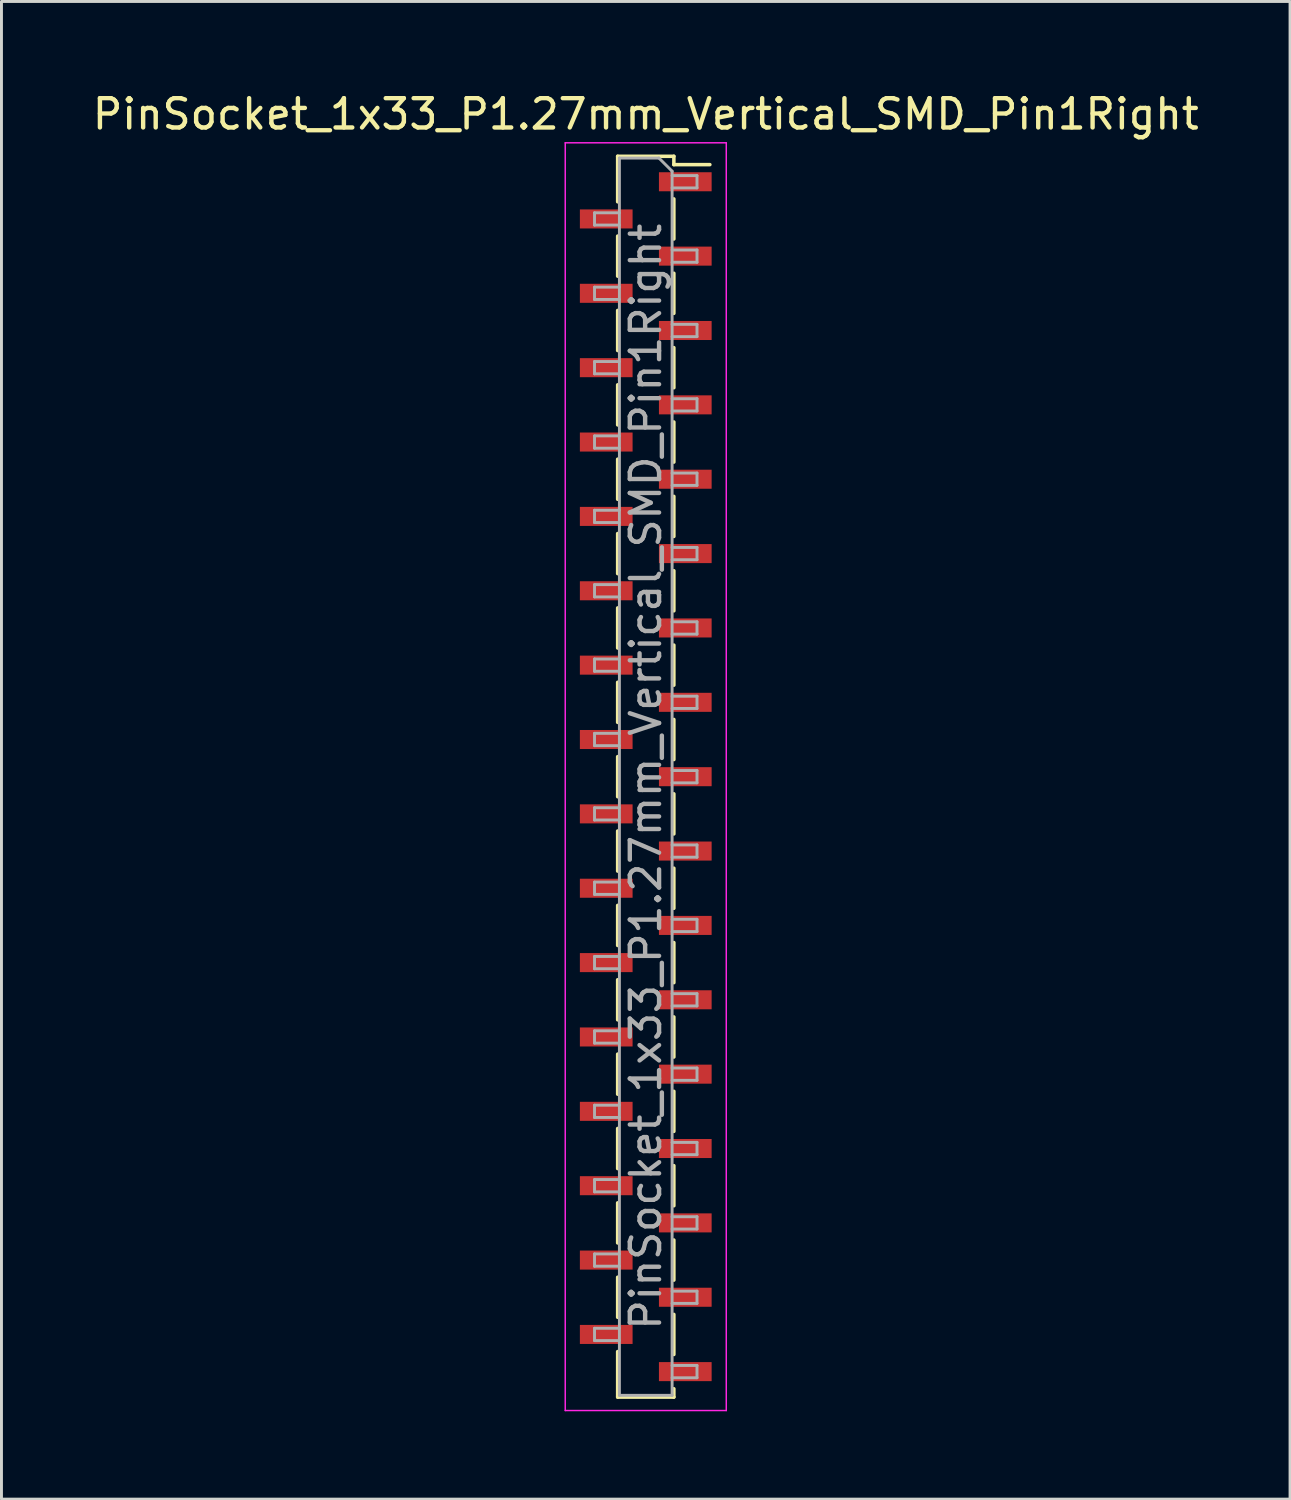
<source format=kicad_pcb>
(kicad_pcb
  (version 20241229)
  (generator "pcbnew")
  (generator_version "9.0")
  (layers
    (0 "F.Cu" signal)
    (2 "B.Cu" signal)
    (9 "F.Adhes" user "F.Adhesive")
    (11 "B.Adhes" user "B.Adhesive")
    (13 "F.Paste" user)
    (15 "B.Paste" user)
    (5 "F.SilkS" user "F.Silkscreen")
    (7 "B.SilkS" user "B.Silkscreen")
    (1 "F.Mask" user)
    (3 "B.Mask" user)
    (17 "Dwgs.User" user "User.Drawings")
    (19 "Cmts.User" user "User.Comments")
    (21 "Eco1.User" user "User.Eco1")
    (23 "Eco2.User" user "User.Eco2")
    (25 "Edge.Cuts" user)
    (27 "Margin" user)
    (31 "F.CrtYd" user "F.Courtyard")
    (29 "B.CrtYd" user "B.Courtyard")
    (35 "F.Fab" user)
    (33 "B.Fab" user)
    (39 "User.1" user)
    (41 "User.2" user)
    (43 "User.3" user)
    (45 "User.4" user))
  (footprint "PinSocket_1x33_P1.27mm_Vertical_SMD_Pin1Right"
    (layer "F.Cu")
    (at 19.006 23.478)
    (property "Reference" "PinSocket_1x33_P1.27mm_Vertical_SMD_Pin1Right" (at 0 -22.63 0) (layer "F.SilkS") (effects (font (size 1 1) (thickness 0.15))))
    (attr smd)
    (fp_line (start -0.96 -21.19) (end -0.96 -19.635) (stroke (width 0.12) (type solid)) (layer "F.SilkS"))
    (fp_line (start -0.96 -21.19) (end 0.96 -21.19) (stroke (width 0.12) (type solid)) (layer "F.SilkS"))
    (fp_line (start -0.96 -18.465) (end -0.96 -17.095) (stroke (width 0.12) (type solid)) (layer "F.SilkS"))
    (fp_line (start -0.96 -15.925) (end -0.96 -14.555) (stroke (width 0.12) (type solid)) (layer "F.SilkS"))
    (fp_line (start -0.96 -13.385) (end -0.96 -12.015) (stroke (width 0.12) (type solid)) (layer "F.SilkS"))
    (fp_line (start -0.96 -10.845) (end -0.96 -9.475) (stroke (width 0.12) (type solid)) (layer "F.SilkS"))
    (fp_line (start -0.96 -8.305) (end -0.96 -6.935) (stroke (width 0.12) (type solid)) (layer "F.SilkS"))
    (fp_line (start -0.96 -5.765) (end -0.96 -4.395) (stroke (width 0.12) (type solid)) (layer "F.SilkS"))
    (fp_line (start -0.96 -3.225) (end -0.96 -1.855) (stroke (width 0.12) (type solid)) (layer "F.SilkS"))
    (fp_line (start -0.96 -0.685) (end -0.96 0.685) (stroke (width 0.12) (type solid)) (layer "F.SilkS"))
    (fp_line (start -0.96 1.855) (end -0.96 3.225) (stroke (width 0.12) (type solid)) (layer "F.SilkS"))
    (fp_line (start -0.96 4.395) (end -0.96 5.765) (stroke (width 0.12) (type solid)) (layer "F.SilkS"))
    (fp_line (start -0.96 6.935) (end -0.96 8.305) (stroke (width 0.12) (type solid)) (layer "F.SilkS"))
    (fp_line (start -0.96 9.475) (end -0.96 10.845) (stroke (width 0.12) (type solid)) (layer "F.SilkS"))
    (fp_line (start -0.96 12.015) (end -0.96 13.385) (stroke (width 0.12) (type solid)) (layer "F.SilkS"))
    (fp_line (start -0.96 14.555) (end -0.96 15.925) (stroke (width 0.12) (type solid)) (layer "F.SilkS"))
    (fp_line (start -0.96 17.095) (end -0.96 18.465) (stroke (width 0.12) (type solid)) (layer "F.SilkS"))
    (fp_line (start -0.96 19.635) (end -0.96 21.19) (stroke (width 0.12) (type solid)) (layer "F.SilkS"))
    (fp_line (start -0.96 21.19) (end 0.96 21.19) (stroke (width 0.12) (type solid)) (layer "F.SilkS"))
    (fp_line (start 0.96 -21.19) (end 0.96 -20.905) (stroke (width 0.12) (type solid)) (layer "F.SilkS"))
    (fp_line (start 0.96 -20.905) (end 2.19 -20.905) (stroke (width 0.12) (type solid)) (layer "F.SilkS"))
    (fp_line (start 0.96 -19.735) (end 0.96 -18.365) (stroke (width 0.12) (type solid)) (layer "F.SilkS"))
    (fp_line (start 0.96 -17.195) (end 0.96 -15.825) (stroke (width 0.12) (type solid)) (layer "F.SilkS"))
    (fp_line (start 0.96 -14.655) (end 0.96 -13.285) (stroke (width 0.12) (type solid)) (layer "F.SilkS"))
    (fp_line (start 0.96 -12.115) (end 0.96 -10.745) (stroke (width 0.12) (type solid)) (layer "F.SilkS"))
    (fp_line (start 0.96 -9.575) (end 0.96 -8.205) (stroke (width 0.12) (type solid)) (layer "F.SilkS"))
    (fp_line (start 0.96 -7.035) (end 0.96 -5.665) (stroke (width 0.12) (type solid)) (layer "F.SilkS"))
    (fp_line (start 0.96 -4.495) (end 0.96 -3.125) (stroke (width 0.12) (type solid)) (layer "F.SilkS"))
    (fp_line (start 0.96 -1.955) (end 0.96 -0.585) (stroke (width 0.12) (type solid)) (layer "F.SilkS"))
    (fp_line (start 0.96 0.585) (end 0.96 1.955) (stroke (width 0.12) (type solid)) (layer "F.SilkS"))
    (fp_line (start 0.96 3.125) (end 0.96 4.495) (stroke (width 0.12) (type solid)) (layer "F.SilkS"))
    (fp_line (start 0.96 5.665) (end 0.96 7.035) (stroke (width 0.12) (type solid)) (layer "F.SilkS"))
    (fp_line (start 0.96 8.205) (end 0.96 9.575) (stroke (width 0.12) (type solid)) (layer "F.SilkS"))
    (fp_line (start 0.96 10.745) (end 0.96 12.115) (stroke (width 0.12) (type solid)) (layer "F.SilkS"))
    (fp_line (start 0.96 13.285) (end 0.96 14.655) (stroke (width 0.12) (type solid)) (layer "F.SilkS"))
    (fp_line (start 0.96 15.825) (end 0.96 17.195) (stroke (width 0.12) (type solid)) (layer "F.SilkS"))
    (fp_line (start 0.96 18.365) (end 0.96 19.735) (stroke (width 0.12) (type solid)) (layer "F.SilkS"))
    (fp_line (start 0.96 20.905) (end 0.96 21.19) (stroke (width 0.12) (type solid)) (layer "F.SilkS"))
    (fp_line (start -2.75 -21.65) (end 2.75 -21.65) (stroke (width 0.05) (type solid)) (layer "F.CrtYd"))
    (fp_line (start -2.75 21.65) (end -2.75 -21.65) (stroke (width 0.05) (type solid)) (layer "F.CrtYd"))
    (fp_line (start 2.75 -21.65) (end 2.75 21.65) (stroke (width 0.05) (type solid)) (layer "F.CrtYd"))
    (fp_line (start 2.75 21.65) (end -2.75 21.65) (stroke (width 0.05) (type solid)) (layer "F.CrtYd"))
    (fp_line (start -1.75 -19.26) (end -0.9 -19.26) (stroke (width 0.1) (type solid)) (layer "F.Fab"))
    (fp_line (start -1.75 -18.84) (end -1.75 -19.26) (stroke (width 0.1) (type solid)) (layer "F.Fab"))
    (fp_line (start -1.75 -16.72) (end -0.9 -16.72) (stroke (width 0.1) (type solid)) (layer "F.Fab"))
    (fp_line (start -1.75 -16.3) (end -1.75 -16.72) (stroke (width 0.1) (type solid)) (layer "F.Fab"))
    (fp_line (start -1.75 -14.18) (end -0.9 -14.18) (stroke (width 0.1) (type solid)) (layer "F.Fab"))
    (fp_line (start -1.75 -13.76) (end -1.75 -14.18) (stroke (width 0.1) (type solid)) (layer "F.Fab"))
    (fp_line (start -1.75 -11.64) (end -0.9 -11.64) (stroke (width 0.1) (type solid)) (layer "F.Fab"))
    (fp_line (start -1.75 -11.22) (end -1.75 -11.64) (stroke (width 0.1) (type solid)) (layer "F.Fab"))
    (fp_line (start -1.75 -9.1) (end -0.9 -9.1) (stroke (width 0.1) (type solid)) (layer "F.Fab"))
    (fp_line (start -1.75 -8.68) (end -1.75 -9.1) (stroke (width 0.1) (type solid)) (layer "F.Fab"))
    (fp_line (start -1.75 -6.56) (end -0.9 -6.56) (stroke (width 0.1) (type solid)) (layer "F.Fab"))
    (fp_line (start -1.75 -6.14) (end -1.75 -6.56) (stroke (width 0.1) (type solid)) (layer "F.Fab"))
    (fp_line (start -1.75 -4.02) (end -0.9 -4.02) (stroke (width 0.1) (type solid)) (layer "F.Fab"))
    (fp_line (start -1.75 -3.6) (end -1.75 -4.02) (stroke (width 0.1) (type solid)) (layer "F.Fab"))
    (fp_line (start -1.75 -1.48) (end -0.9 -1.48) (stroke (width 0.1) (type solid)) (layer "F.Fab"))
    (fp_line (start -1.75 -1.06) (end -1.75 -1.48) (stroke (width 0.1) (type solid)) (layer "F.Fab"))
    (fp_line (start -1.75 1.06) (end -0.9 1.06) (stroke (width 0.1) (type solid)) (layer "F.Fab"))
    (fp_line (start -1.75 1.48) (end -1.75 1.06) (stroke (width 0.1) (type solid)) (layer "F.Fab"))
    (fp_line (start -1.75 3.6) (end -0.9 3.6) (stroke (width 0.1) (type solid)) (layer "F.Fab"))
    (fp_line (start -1.75 4.02) (end -1.75 3.6) (stroke (width 0.1) (type solid)) (layer "F.Fab"))
    (fp_line (start -1.75 6.14) (end -0.9 6.14) (stroke (width 0.1) (type solid)) (layer "F.Fab"))
    (fp_line (start -1.75 6.56) (end -1.75 6.14) (stroke (width 0.1) (type solid)) (layer "F.Fab"))
    (fp_line (start -1.75 8.68) (end -0.9 8.68) (stroke (width 0.1) (type solid)) (layer "F.Fab"))
    (fp_line (start -1.75 9.1) (end -1.75 8.68) (stroke (width 0.1) (type solid)) (layer "F.Fab"))
    (fp_line (start -1.75 11.22) (end -0.9 11.22) (stroke (width 0.1) (type solid)) (layer "F.Fab"))
    (fp_line (start -1.75 11.64) (end -1.75 11.22) (stroke (width 0.1) (type solid)) (layer "F.Fab"))
    (fp_line (start -1.75 13.76) (end -0.9 13.76) (stroke (width 0.1) (type solid)) (layer "F.Fab"))
    (fp_line (start -1.75 14.18) (end -1.75 13.76) (stroke (width 0.1) (type solid)) (layer "F.Fab"))
    (fp_line (start -1.75 16.3) (end -0.9 16.3) (stroke (width 0.1) (type solid)) (layer "F.Fab"))
    (fp_line (start -1.75 16.72) (end -1.75 16.3) (stroke (width 0.1) (type solid)) (layer "F.Fab"))
    (fp_line (start -1.75 18.84) (end -0.9 18.84) (stroke (width 0.1) (type solid)) (layer "F.Fab"))
    (fp_line (start -1.75 19.26) (end -1.75 18.84) (stroke (width 0.1) (type solid)) (layer "F.Fab"))
    (fp_line (start -0.9 -21.13) (end 0.45 -21.13) (stroke (width 0.1) (type solid)) (layer "F.Fab"))
    (fp_line (start -0.9 -18.84) (end -1.75 -18.84) (stroke (width 0.1) (type solid)) (layer "F.Fab"))
    (fp_line (start -0.9 -16.3) (end -1.75 -16.3) (stroke (width 0.1) (type solid)) (layer "F.Fab"))
    (fp_line (start -0.9 -13.76) (end -1.75 -13.76) (stroke (width 0.1) (type solid)) (layer "F.Fab"))
    (fp_line (start -0.9 -11.22) (end -1.75 -11.22) (stroke (width 0.1) (type solid)) (layer "F.Fab"))
    (fp_line (start -0.9 -8.68) (end -1.75 -8.68) (stroke (width 0.1) (type solid)) (layer "F.Fab"))
    (fp_line (start -0.9 -6.14) (end -1.75 -6.14) (stroke (width 0.1) (type solid)) (layer "F.Fab"))
    (fp_line (start -0.9 -3.6) (end -1.75 -3.6) (stroke (width 0.1) (type solid)) (layer "F.Fab"))
    (fp_line (start -0.9 -1.06) (end -1.75 -1.06) (stroke (width 0.1) (type solid)) (layer "F.Fab"))
    (fp_line (start -0.9 1.48) (end -1.75 1.48) (stroke (width 0.1) (type solid)) (layer "F.Fab"))
    (fp_line (start -0.9 4.02) (end -1.75 4.02) (stroke (width 0.1) (type solid)) (layer "F.Fab"))
    (fp_line (start -0.9 6.56) (end -1.75 6.56) (stroke (width 0.1) (type solid)) (layer "F.Fab"))
    (fp_line (start -0.9 9.1) (end -1.75 9.1) (stroke (width 0.1) (type solid)) (layer "F.Fab"))
    (fp_line (start -0.9 11.64) (end -1.75 11.64) (stroke (width 0.1) (type solid)) (layer "F.Fab"))
    (fp_line (start -0.9 14.18) (end -1.75 14.18) (stroke (width 0.1) (type solid)) (layer "F.Fab"))
    (fp_line (start -0.9 16.72) (end -1.75 16.72) (stroke (width 0.1) (type solid)) (layer "F.Fab"))
    (fp_line (start -0.9 19.26) (end -1.75 19.26) (stroke (width 0.1) (type solid)) (layer "F.Fab"))
    (fp_line (start -0.9 21.13) (end -0.9 -21.13) (stroke (width 0.1) (type solid)) (layer "F.Fab"))
    (fp_line (start 0.45 -21.13) (end 0.9 -20.68) (stroke (width 0.1) (type solid)) (layer "F.Fab"))
    (fp_line (start 0.9 -20.68) (end 0.9 21.13) (stroke (width 0.1) (type solid)) (layer "F.Fab"))
    (fp_line (start 0.9 -20.53) (end 1.75 -20.53) (stroke (width 0.1) (type solid)) (layer "F.Fab"))
    (fp_line (start 0.9 -17.99) (end 1.75 -17.99) (stroke (width 0.1) (type solid)) (layer "F.Fab"))
    (fp_line (start 0.9 -15.45) (end 1.75 -15.45) (stroke (width 0.1) (type solid)) (layer "F.Fab"))
    (fp_line (start 0.9 -12.91) (end 1.75 -12.91) (stroke (width 0.1) (type solid)) (layer "F.Fab"))
    (fp_line (start 0.9 -10.37) (end 1.75 -10.37) (stroke (width 0.1) (type solid)) (layer "F.Fab"))
    (fp_line (start 0.9 -7.83) (end 1.75 -7.83) (stroke (width 0.1) (type solid)) (layer "F.Fab"))
    (fp_line (start 0.9 -5.29) (end 1.75 -5.29) (stroke (width 0.1) (type solid)) (layer "F.Fab"))
    (fp_line (start 0.9 -2.75) (end 1.75 -2.75) (stroke (width 0.1) (type solid)) (layer "F.Fab"))
    (fp_line (start 0.9 -0.21) (end 1.75 -0.21) (stroke (width 0.1) (type solid)) (layer "F.Fab"))
    (fp_line (start 0.9 2.33) (end 1.75 2.33) (stroke (width 0.1) (type solid)) (layer "F.Fab"))
    (fp_line (start 0.9 4.87) (end 1.75 4.87) (stroke (width 0.1) (type solid)) (layer "F.Fab"))
    (fp_line (start 0.9 7.41) (end 1.75 7.41) (stroke (width 0.1) (type solid)) (layer "F.Fab"))
    (fp_line (start 0.9 9.95) (end 1.75 9.95) (stroke (width 0.1) (type solid)) (layer "F.Fab"))
    (fp_line (start 0.9 12.49) (end 1.75 12.49) (stroke (width 0.1) (type solid)) (layer "F.Fab"))
    (fp_line (start 0.9 15.03) (end 1.75 15.03) (stroke (width 0.1) (type solid)) (layer "F.Fab"))
    (fp_line (start 0.9 17.57) (end 1.75 17.57) (stroke (width 0.1) (type solid)) (layer "F.Fab"))
    (fp_line (start 0.9 20.11) (end 1.75 20.11) (stroke (width 0.1) (type solid)) (layer "F.Fab"))
    (fp_line (start 0.9 21.13) (end -0.9 21.13) (stroke (width 0.1) (type solid)) (layer "F.Fab"))
    (fp_line (start 1.75 -20.53) (end 1.75 -20.11) (stroke (width 0.1) (type solid)) (layer "F.Fab"))
    (fp_line (start 1.75 -20.11) (end 0.9 -20.11) (stroke (width 0.1) (type solid)) (layer "F.Fab"))
    (fp_line (start 1.75 -17.99) (end 1.75 -17.57) (stroke (width 0.1) (type solid)) (layer "F.Fab"))
    (fp_line (start 1.75 -17.57) (end 0.9 -17.57) (stroke (width 0.1) (type solid)) (layer "F.Fab"))
    (fp_line (start 1.75 -15.45) (end 1.75 -15.03) (stroke (width 0.1) (type solid)) (layer "F.Fab"))
    (fp_line (start 1.75 -15.03) (end 0.9 -15.03) (stroke (width 0.1) (type solid)) (layer "F.Fab"))
    (fp_line (start 1.75 -12.91) (end 1.75 -12.49) (stroke (width 0.1) (type solid)) (layer "F.Fab"))
    (fp_line (start 1.75 -12.49) (end 0.9 -12.49) (stroke (width 0.1) (type solid)) (layer "F.Fab"))
    (fp_line (start 1.75 -10.37) (end 1.75 -9.95) (stroke (width 0.1) (type solid)) (layer "F.Fab"))
    (fp_line (start 1.75 -9.95) (end 0.9 -9.95) (stroke (width 0.1) (type solid)) (layer "F.Fab"))
    (fp_line (start 1.75 -7.83) (end 1.75 -7.41) (stroke (width 0.1) (type solid)) (layer "F.Fab"))
    (fp_line (start 1.75 -7.41) (end 0.9 -7.41) (stroke (width 0.1) (type solid)) (layer "F.Fab"))
    (fp_line (start 1.75 -5.29) (end 1.75 -4.87) (stroke (width 0.1) (type solid)) (layer "F.Fab"))
    (fp_line (start 1.75 -4.87) (end 0.9 -4.87) (stroke (width 0.1) (type solid)) (layer "F.Fab"))
    (fp_line (start 1.75 -2.75) (end 1.75 -2.33) (stroke (width 0.1) (type solid)) (layer "F.Fab"))
    (fp_line (start 1.75 -2.33) (end 0.9 -2.33) (stroke (width 0.1) (type solid)) (layer "F.Fab"))
    (fp_line (start 1.75 -0.21) (end 1.75 0.21) (stroke (width 0.1) (type solid)) (layer "F.Fab"))
    (fp_line (start 1.75 0.21) (end 0.9 0.21) (stroke (width 0.1) (type solid)) (layer "F.Fab"))
    (fp_line (start 1.75 2.33) (end 1.75 2.75) (stroke (width 0.1) (type solid)) (layer "F.Fab"))
    (fp_line (start 1.75 2.75) (end 0.9 2.75) (stroke (width 0.1) (type solid)) (layer "F.Fab"))
    (fp_line (start 1.75 4.87) (end 1.75 5.29) (stroke (width 0.1) (type solid)) (layer "F.Fab"))
    (fp_line (start 1.75 5.29) (end 0.9 5.29) (stroke (width 0.1) (type solid)) (layer "F.Fab"))
    (fp_line (start 1.75 7.41) (end 1.75 7.83) (stroke (width 0.1) (type solid)) (layer "F.Fab"))
    (fp_line (start 1.75 7.83) (end 0.9 7.83) (stroke (width 0.1) (type solid)) (layer "F.Fab"))
    (fp_line (start 1.75 9.95) (end 1.75 10.37) (stroke (width 0.1) (type solid)) (layer "F.Fab"))
    (fp_line (start 1.75 10.37) (end 0.9 10.37) (stroke (width 0.1) (type solid)) (layer "F.Fab"))
    (fp_line (start 1.75 12.49) (end 1.75 12.91) (stroke (width 0.1) (type solid)) (layer "F.Fab"))
    (fp_line (start 1.75 12.91) (end 0.9 12.91) (stroke (width 0.1) (type solid)) (layer "F.Fab"))
    (fp_line (start 1.75 15.03) (end 1.75 15.45) (stroke (width 0.1) (type solid)) (layer "F.Fab"))
    (fp_line (start 1.75 15.45) (end 0.9 15.45) (stroke (width 0.1) (type solid)) (layer "F.Fab"))
    (fp_line (start 1.75 17.57) (end 1.75 17.99) (stroke (width 0.1) (type solid)) (layer "F.Fab"))
    (fp_line (start 1.75 17.99) (end 0.9 17.99) (stroke (width 0.1) (type solid)) (layer "F.Fab"))
    (fp_line (start 1.75 20.11) (end 1.75 20.53) (stroke (width 0.1) (type solid)) (layer "F.Fab"))
    (fp_line (start 1.75 20.53) (end 0.9 20.53) (stroke (width 0.1) (type solid)) (layer "F.Fab"))
    (fp_text user "${REFERENCE}" (at 0 0 90) (layer "F.Fab") (effects (font (size 1 1) (thickness 0.15))))
    (pad "1" smd rect (at 1.35 -20.32) (size 1.8 0.65) (layers "F.Cu" "F.Mask" "F.Paste"))
    (pad "2" smd rect (at -1.35 -19.05) (size 1.8 0.65) (layers "F.Cu" "F.Mask" "F.Paste"))
    (pad "3" smd rect (at 1.35 -17.78) (size 1.8 0.65) (layers "F.Cu" "F.Mask" "F.Paste"))
    (pad "4" smd rect (at -1.35 -16.51) (size 1.8 0.65) (layers "F.Cu" "F.Mask" "F.Paste"))
    (pad "5" smd rect (at 1.35 -15.24) (size 1.8 0.65) (layers "F.Cu" "F.Mask" "F.Paste"))
    (pad "6" smd rect (at -1.35 -13.97) (size 1.8 0.65) (layers "F.Cu" "F.Mask" "F.Paste"))
    (pad "7" smd rect (at 1.35 -12.7) (size 1.8 0.65) (layers "F.Cu" "F.Mask" "F.Paste"))
    (pad "8" smd rect (at -1.35 -11.43) (size 1.8 0.65) (layers "F.Cu" "F.Mask" "F.Paste"))
    (pad "9" smd rect (at 1.35 -10.16) (size 1.8 0.65) (layers "F.Cu" "F.Mask" "F.Paste"))
    (pad "10" smd rect (at -1.35 -8.89) (size 1.8 0.65) (layers "F.Cu" "F.Mask" "F.Paste"))
    (pad "11" smd rect (at 1.35 -7.62) (size 1.8 0.65) (layers "F.Cu" "F.Mask" "F.Paste"))
    (pad "12" smd rect (at -1.35 -6.35) (size 1.8 0.65) (layers "F.Cu" "F.Mask" "F.Paste"))
    (pad "13" smd rect (at 1.35 -5.08) (size 1.8 0.65) (layers "F.Cu" "F.Mask" "F.Paste"))
    (pad "14" smd rect (at -1.35 -3.81) (size 1.8 0.65) (layers "F.Cu" "F.Mask" "F.Paste"))
    (pad "15" smd rect (at 1.35 -2.54) (size 1.8 0.65) (layers "F.Cu" "F.Mask" "F.Paste"))
    (pad "16" smd rect (at -1.35 -1.27) (size 1.8 0.65) (layers "F.Cu" "F.Mask" "F.Paste"))
    (pad "17" smd rect (at 1.35 0) (size 1.8 0.65) (layers "F.Cu" "F.Mask" "F.Paste"))
    (pad "18" smd rect (at -1.35 1.27) (size 1.8 0.65) (layers "F.Cu" "F.Mask" "F.Paste"))
    (pad "19" smd rect (at 1.35 2.54) (size 1.8 0.65) (layers "F.Cu" "F.Mask" "F.Paste"))
    (pad "20" smd rect (at -1.35 3.81) (size 1.8 0.65) (layers "F.Cu" "F.Mask" "F.Paste"))
    (pad "21" smd rect (at 1.35 5.08) (size 1.8 0.65) (layers "F.Cu" "F.Mask" "F.Paste"))
    (pad "22" smd rect (at -1.35 6.35) (size 1.8 0.65) (layers "F.Cu" "F.Mask" "F.Paste"))
    (pad "23" smd rect (at 1.35 7.62) (size 1.8 0.65) (layers "F.Cu" "F.Mask" "F.Paste"))
    (pad "24" smd rect (at -1.35 8.89) (size 1.8 0.65) (layers "F.Cu" "F.Mask" "F.Paste"))
    (pad "25" smd rect (at 1.35 10.16) (size 1.8 0.65) (layers "F.Cu" "F.Mask" "F.Paste"))
    (pad "26" smd rect (at -1.35 11.43) (size 1.8 0.65) (layers "F.Cu" "F.Mask" "F.Paste"))
    (pad "27" smd rect (at 1.35 12.7) (size 1.8 0.65) (layers "F.Cu" "F.Mask" "F.Paste"))
    (pad "28" smd rect (at -1.35 13.97) (size 1.8 0.65) (layers "F.Cu" "F.Mask" "F.Paste"))
    (pad "29" smd rect (at 1.35 15.24) (size 1.8 0.65) (layers "F.Cu" "F.Mask" "F.Paste"))
    (pad "30" smd rect (at -1.35 16.51) (size 1.8 0.65) (layers "F.Cu" "F.Mask" "F.Paste"))
    (pad "31" smd rect (at 1.35 17.78) (size 1.8 0.65) (layers "F.Cu" "F.Mask" "F.Paste"))
    (pad "32" smd rect (at -1.35 19.05) (size 1.8 0.65) (layers "F.Cu" "F.Mask" "F.Paste"))
    (pad "33" smd rect (at 1.35 20.32) (size 1.8 0.65) (layers "F.Cu" "F.Mask" "F.Paste")))
  (gr_rect
    (start -3 -3)
    (end 41.012 48.153)
    (stroke (width 0.1) (type default))
    (fill no)
    (layer "Edge.Cuts")))
</source>
